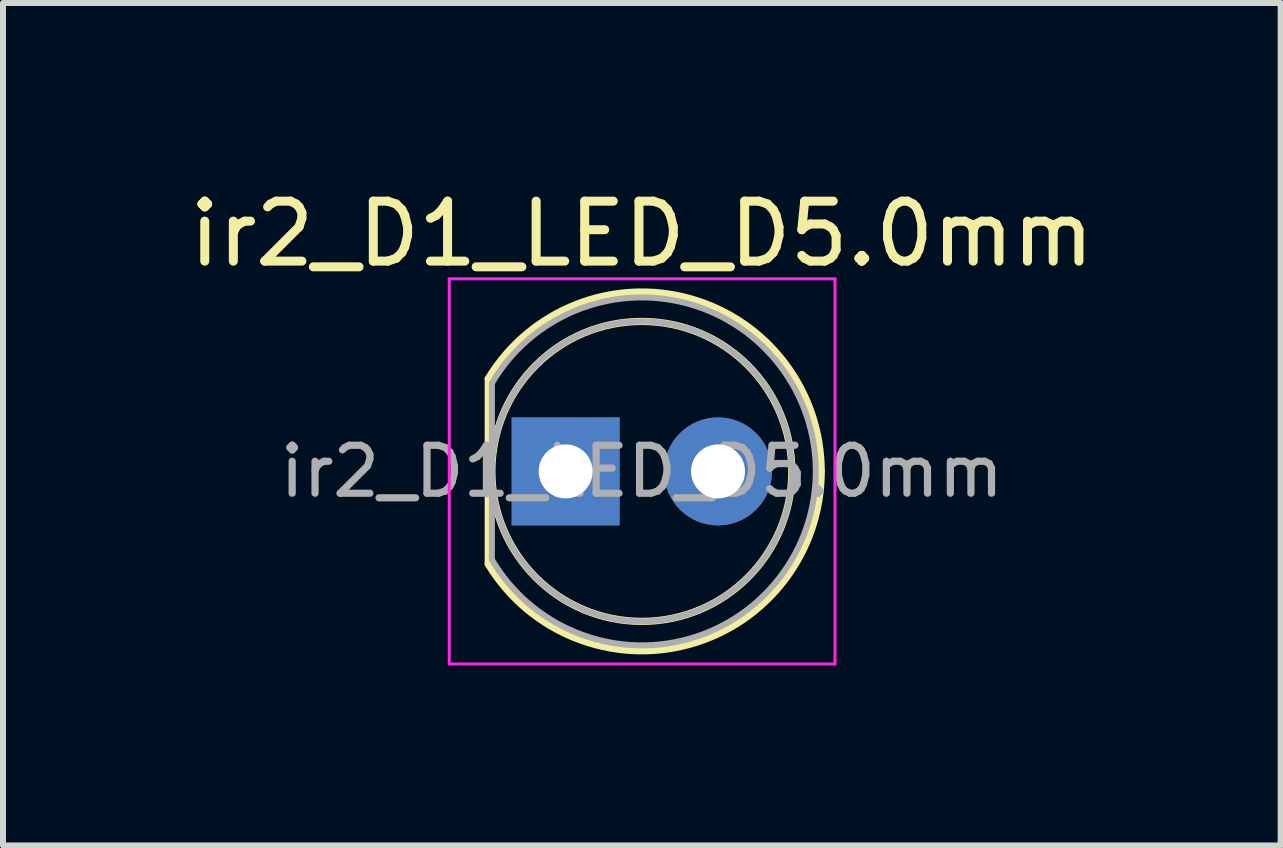
<source format=kicad_pcb>
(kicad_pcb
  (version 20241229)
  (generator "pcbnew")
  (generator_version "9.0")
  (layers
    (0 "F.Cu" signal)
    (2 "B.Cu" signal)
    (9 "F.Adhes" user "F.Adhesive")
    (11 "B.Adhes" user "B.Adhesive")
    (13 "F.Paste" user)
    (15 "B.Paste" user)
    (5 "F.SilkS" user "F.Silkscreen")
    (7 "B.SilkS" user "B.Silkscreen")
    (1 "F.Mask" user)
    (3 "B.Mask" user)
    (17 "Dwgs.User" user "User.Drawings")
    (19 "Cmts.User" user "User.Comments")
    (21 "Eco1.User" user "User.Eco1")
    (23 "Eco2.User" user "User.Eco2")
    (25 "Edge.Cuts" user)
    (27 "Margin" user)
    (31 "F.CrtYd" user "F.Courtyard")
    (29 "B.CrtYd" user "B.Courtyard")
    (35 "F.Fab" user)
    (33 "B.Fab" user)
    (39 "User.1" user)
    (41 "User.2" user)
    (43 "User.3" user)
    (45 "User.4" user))
  (footprint "ir2_D1_LED_D5.0mm"
    (layer "F.Cu")
    (at 6.379 4.808)
    (property "Reference" "ir2_D1_LED_D5.0mm" (at 1.27 -3.96 0) (layer "F.SilkS") (effects (font (size 1 1) (thickness 0.15))))
    (attr through_hole)
    (fp_line (start -1.29 -1.545) (end -1.29 1.545) (stroke (width 0.12) (type solid)) (layer "F.SilkS"))
    (fp_arc (start -1.29 -1.54483) (mid 2.071779 -2.880495) (end 4.26 0) (stroke (width 0.12) (type solid)) (layer "F.SilkS"))
    (fp_arc (start 4.26 0) (mid 2.071779 2.880495) (end -1.29 1.54483) (stroke (width 0.12) (type solid)) (layer "F.SilkS"))
    (fp_circle (center 1.27 0) (end 3.77 0) (stroke (width 0.12) (type solid)) (fill no) (layer "F.SilkS"))
    (fp_line (start -1.94 -3.21) (end -1.94 3.21) (stroke (width 0.05) (type solid)) (layer "F.CrtYd"))
    (fp_line (start -1.94 3.21) (end 4.49 3.21) (stroke (width 0.05) (type solid)) (layer "F.CrtYd"))
    (fp_line (start 4.49 -3.21) (end -1.94 -3.21) (stroke (width 0.05) (type solid)) (layer "F.CrtYd"))
    (fp_line (start 4.49 3.21) (end 4.49 -3.21) (stroke (width 0.05) (type solid)) (layer "F.CrtYd"))
    (fp_line (start -1.23 -1.47) (end -1.23 1.47) (stroke (width 0.1) (type solid)) (layer "F.Fab"))
    (fp_arc (start -1.23 -1.469694) (mid 4.17 0) (end -1.23 1.469694) (stroke (width 0.1) (type solid)) (layer "F.Fab"))
    (fp_circle (center 1.27 0) (end 3.77 0) (stroke (width 0.1) (type solid)) (fill no) (layer "F.Fab"))
    (fp_text user "${REFERENCE}" (at 1.27 0 0) (layer "F.Fab") (effects (font (size 0.8 0.8) (thickness 0.12))))
    (pad "1" thru_hole rect (at 0 0) (size 1.8 1.8) (drill 0.9) (layers "*.Cu" "*.Mask"))
    (pad "2" thru_hole circle (at 2.54 0) (size 1.8 1.8) (drill 0.9) (layers "*.Cu" "*.Mask")))
  (gr_rect
    (start -3 -3)
    (end 18.298 11.043)
    (stroke (width 0.1) (type default))
    (fill no)
    (layer "Edge.Cuts")))
</source>
